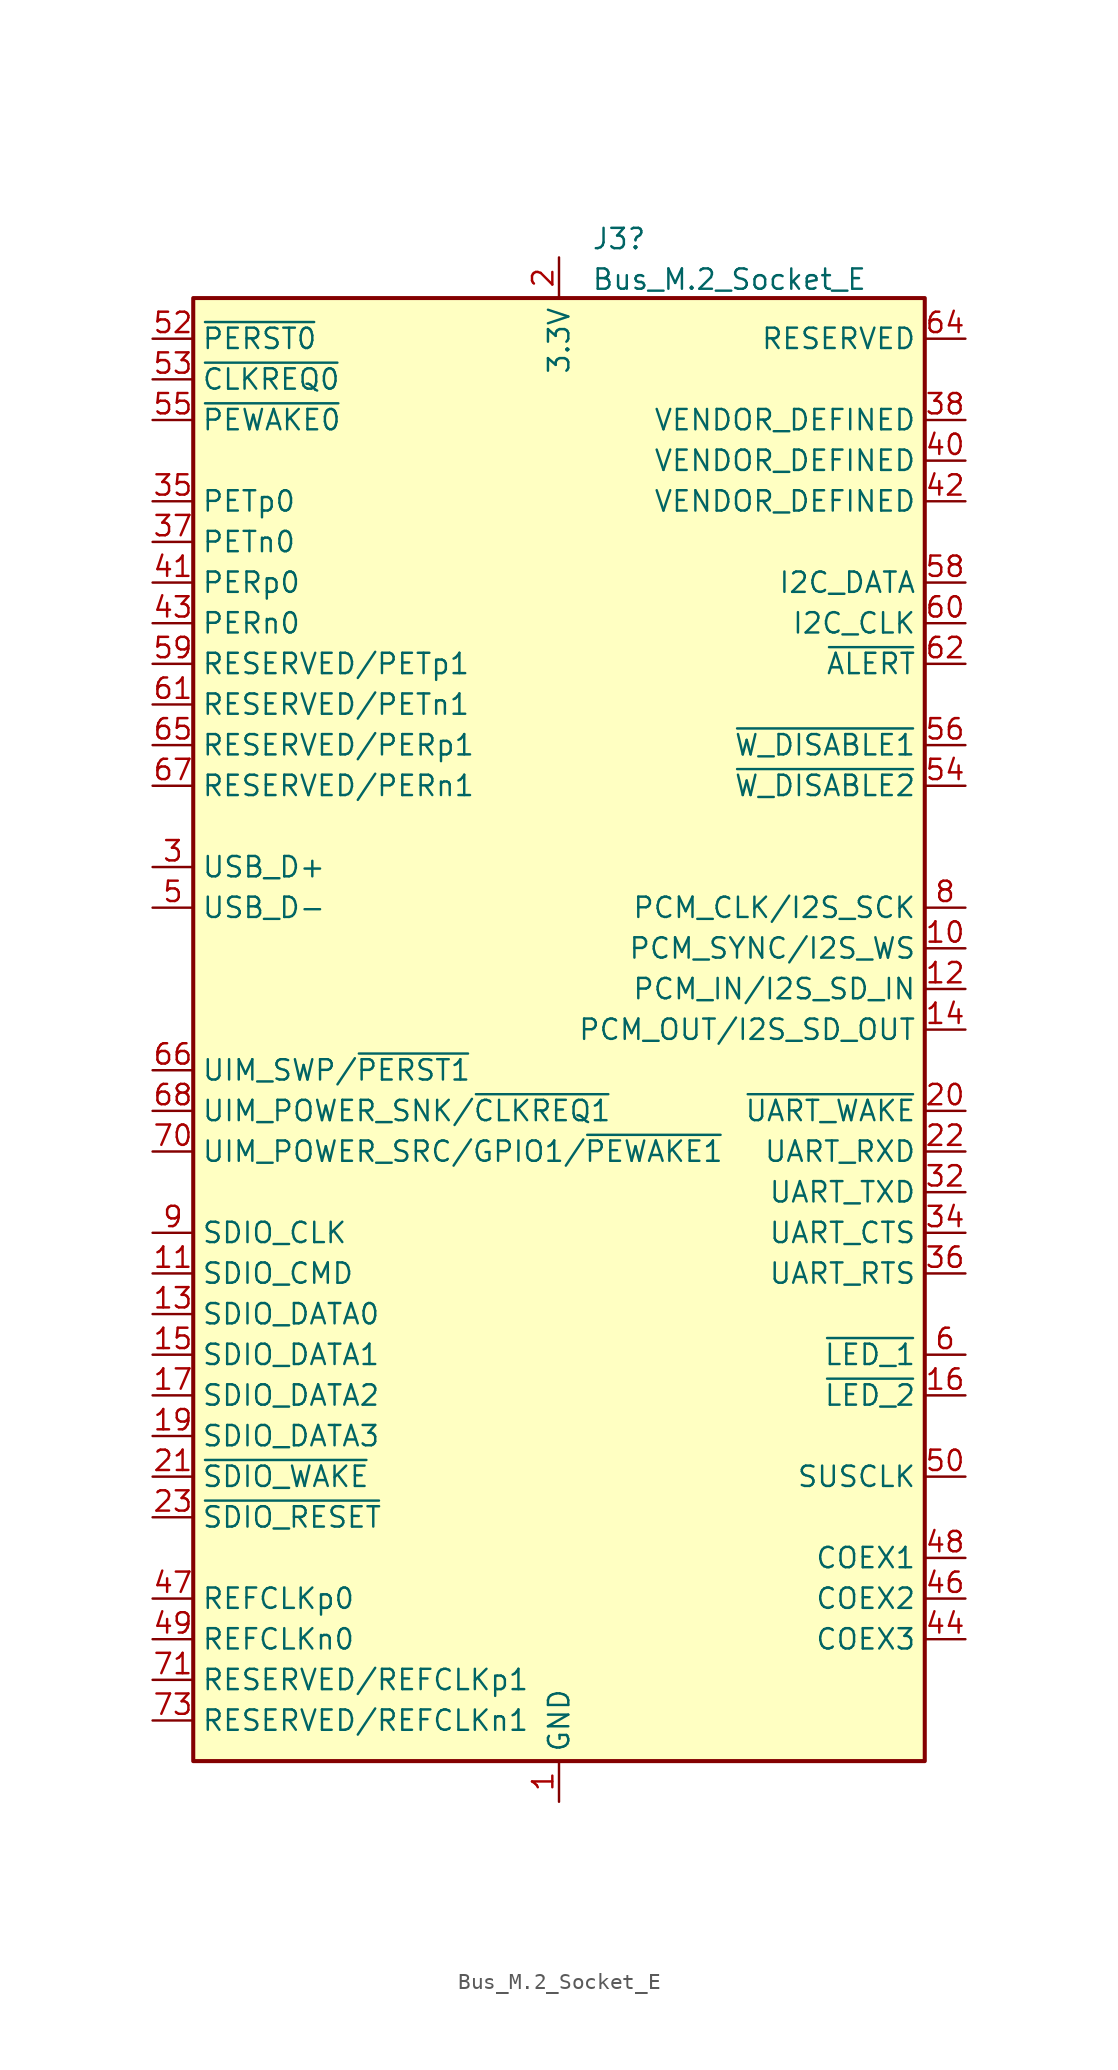
<source format=kicad_sym>
(kicad_symbol_lib
  (version 20220914)
  (generator kicad_symbol_editor)
  (symbol "Bus_M.2_Socket_E"
    (property "Reference" "J3"
      (at 2.019 49.42 0)
      (effects (font (size 1.27 1.27)) (justify left)))
    (property "Value" "Bus_M.2_Socket_E"
      (at 2.019 46.883 0)
      (effects (font (size 1.27 1.27)) (justify left)))
    (symbol "Bus_M.2_Socket_E_0_1"
      (rectangle (start -22.86 45.72) (end 22.86 -45.72) (stroke (width 0.254) (type default)) (fill (type background))))
    (symbol "Bus_M.2_Socket_E_1_1"
      (pin power_in line (at 0 -48.26 90) (length 2.54) (name "GND" (effects (font (size 1.27 1.27)))) (number "1" (effects (font (size 1.27 1.27)))))
      (pin bidirectional line (at 25.4 5.08 180) (length 2.54) (name "PCM_SYNC/I2S_WS" (effects (font (size 1.27 1.27)))) (number "10" (effects (font (size 1.27 1.27)))))
      (pin bidirectional line (at -25.4 -15.24 0) (length 2.54) (name "SDIO_CMD" (effects (font (size 1.27 1.27)))) (number "11" (effects (font (size 1.27 1.27)))))
      (pin input line (at 25.4 2.54 180) (length 2.54) (name "PCM_IN/I2S_SD_IN" (effects (font (size 1.27 1.27)))) (number "12" (effects (font (size 1.27 1.27)))))
      (pin bidirectional line (at -25.4 -17.78 0) (length 2.54) (name "SDIO_DATA0" (effects (font (size 1.27 1.27)))) (number "13" (effects (font (size 1.27 1.27)))))
      (pin output line (at 25.4 0 180) (length 2.54) (name "PCM_OUT/I2S_SD_OUT" (effects (font (size 1.27 1.27)))) (number "14" (effects (font (size 1.27 1.27)))))
      (pin bidirectional line (at -25.4 -20.32 0) (length 2.54) (name "SDIO_DATA1" (effects (font (size 1.27 1.27)))) (number "15" (effects (font (size 1.27 1.27)))))
      (pin open_collector line (at 25.4 -22.86 180) (length 2.54) (name "~{LED_2}" (effects (font (size 1.27 1.27)))) (number "16" (effects (font (size 1.27 1.27)))))
      (pin bidirectional line (at -25.4 -22.86 0) (length 2.54) (name "SDIO_DATA2" (effects (font (size 1.27 1.27)))) (number "17" (effects (font (size 1.27 1.27)))))
      (pin passive line (at 0 -48.26 90) (length 2.54) hide (name "GND" (effects (font (size 1.27 1.27)))) (number "18" (effects (font (size 1.27 1.27)))))
      (pin bidirectional line (at -25.4 -25.4 0) (length 2.54) (name "SDIO_DATA3" (effects (font (size 1.27 1.27)))) (number "19" (effects (font (size 1.27 1.27)))))
      (pin power_in line (at 0 48.26 270) (length 2.54) (name "3.3V" (effects (font (size 1.27 1.27)))) (number "2" (effects (font (size 1.27 1.27)))))
      (pin input line (at 25.4 -5.08 180) (length 2.54) (name "~{UART_WAKE}" (effects (font (size 1.27 1.27)))) (number "20" (effects (font (size 1.27 1.27)))))
      (pin input line (at -25.4 -27.94 0) (length 2.54) (name "~{SDIO_WAKE}" (effects (font (size 1.27 1.27)))) (number "21" (effects (font (size 1.27 1.27)))))
      (pin input line (at 25.4 -7.62 180) (length 2.54) (name "UART_RXD" (effects (font (size 1.27 1.27)))) (number "22" (effects (font (size 1.27 1.27)))))
      (pin output line (at -25.4 -30.48 0) (length 2.54) (name "~{SDIO_RESET}" (effects (font (size 1.27 1.27)))) (number "23" (effects (font (size 1.27 1.27)))))
      (pin bidirectional line (at -25.4 10.16 0) (length 2.54) (name "USB_D+" (effects (font (size 1.27 1.27)))) (number "3" (effects (font (size 1.27 1.27)))))
      (pin output line (at 25.4 -10.16 180) (length 2.54) (name "UART_TXD" (effects (font (size 1.27 1.27)))) (number "32" (effects (font (size 1.27 1.27)))))
      (pin passive line (at 0 -48.26 90) (length 2.54) hide (name "GND" (effects (font (size 1.27 1.27)))) (number "33" (effects (font (size 1.27 1.27)))))
      (pin input line (at 25.4 -12.7 180) (length 2.54) (name "UART_CTS" (effects (font (size 1.27 1.27)))) (number "34" (effects (font (size 1.27 1.27)))))
      (pin output line (at -25.4 33.02 0) (length 2.54) (name "PETp0" (effects (font (size 1.27 1.27)))) (number "35" (effects (font (size 1.27 1.27)))))
      (pin output line (at 25.4 -15.24 180) (length 2.54) (name "UART_RTS" (effects (font (size 1.27 1.27)))) (number "36" (effects (font (size 1.27 1.27)))))
      (pin output line (at -25.4 30.48 0) (length 2.54) (name "PETn0" (effects (font (size 1.27 1.27)))) (number "37" (effects (font (size 1.27 1.27)))))
      (pin passive line (at 25.4 38.1 180) (length 2.54) (name "VENDOR_DEFINED" (effects (font (size 1.27 1.27)))) (number "38" (effects (font (size 1.27 1.27)))))
      (pin passive line (at 0 -48.26 90) (length 2.54) hide (name "GND" (effects (font (size 1.27 1.27)))) (number "39" (effects (font (size 1.27 1.27)))))
      (pin passive line (at 0 48.26 270) (length 2.54) hide (name "3.3V" (effects (font (size 1.27 1.27)))) (number "4" (effects (font (size 1.27 1.27)))))
      (pin passive line (at 25.4 35.56 180) (length 2.54) (name "VENDOR_DEFINED" (effects (font (size 1.27 1.27)))) (number "40" (effects (font (size 1.27 1.27)))))
      (pin input line (at -25.4 27.94 0) (length 2.54) (name "PERp0" (effects (font (size 1.27 1.27)))) (number "41" (effects (font (size 1.27 1.27)))))
      (pin passive line (at 25.4 33.02 180) (length 2.54) (name "VENDOR_DEFINED" (effects (font (size 1.27 1.27)))) (number "42" (effects (font (size 1.27 1.27)))))
      (pin input line (at -25.4 25.4 0) (length 2.54) (name "PERn0" (effects (font (size 1.27 1.27)))) (number "43" (effects (font (size 1.27 1.27)))))
      (pin bidirectional line (at 25.4 -38.1 180) (length 2.54) (name "COEX3" (effects (font (size 1.27 1.27)))) (number "44" (effects (font (size 1.27 1.27)))))
      (pin passive line (at 0 -48.26 90) (length 2.54) hide (name "GND" (effects (font (size 1.27 1.27)))) (number "45" (effects (font (size 1.27 1.27)))))
      (pin bidirectional line (at 25.4 -35.56 180) (length 2.54) (name "COEX2" (effects (font (size 1.27 1.27)))) (number "46" (effects (font (size 1.27 1.27)))))
      (pin output line (at -25.4 -35.56 0) (length 2.54) (name "REFCLKp0" (effects (font (size 1.27 1.27)))) (number "47" (effects (font (size 1.27 1.27)))))
      (pin bidirectional line (at 25.4 -33.02 180) (length 2.54) (name "COEX1" (effects (font (size 1.27 1.27)))) (number "48" (effects (font (size 1.27 1.27)))))
      (pin output line (at -25.4 -38.1 0) (length 2.54) (name "REFCLKn0" (effects (font (size 1.27 1.27)))) (number "49" (effects (font (size 1.27 1.27)))))
      (pin bidirectional line (at -25.4 7.62 0) (length 2.54) (name "USB_D-" (effects (font (size 1.27 1.27)))) (number "5" (effects (font (size 1.27 1.27)))))
      (pin output line (at 25.4 -27.94 180) (length 2.54) (name "SUSCLK" (effects (font (size 1.27 1.27)))) (number "50" (effects (font (size 1.27 1.27)))))
      (pin passive line (at 0 -48.26 90) (length 2.54) hide (name "GND" (effects (font (size 1.27 1.27)))) (number "51" (effects (font (size 1.27 1.27)))))
      (pin output line (at -25.4 43.18 0) (length 2.54) (name "~{PERST0}" (effects (font (size 1.27 1.27)))) (number "52" (effects (font (size 1.27 1.27)))))
      (pin bidirectional line (at -25.4 40.64 0) (length 2.54) (name "~{CLKREQ0}" (effects (font (size 1.27 1.27)))) (number "53" (effects (font (size 1.27 1.27)))))
      (pin output line (at 25.4 15.24 180) (length 2.54) (name "~{W_DISABLE2}" (effects (font (size 1.27 1.27)))) (number "54" (effects (font (size 1.27 1.27)))))
      (pin bidirectional line (at -25.4 38.1 0) (length 2.54) (name "~{PEWAKE0}" (effects (font (size 1.27 1.27)))) (number "55" (effects (font (size 1.27 1.27)))))
      (pin output line (at 25.4 17.78 180) (length 2.54) (name "~{W_DISABLE1}" (effects (font (size 1.27 1.27)))) (number "56" (effects (font (size 1.27 1.27)))))
      (pin passive line (at 0 -48.26 90) (length 2.54) hide (name "GND" (effects (font (size 1.27 1.27)))) (number "57" (effects (font (size 1.27 1.27)))))
      (pin bidirectional line (at 25.4 27.94 180) (length 2.54) (name "I2C_DATA" (effects (font (size 1.27 1.27)))) (number "58" (effects (font (size 1.27 1.27)))))
      (pin output line (at -25.4 22.86 0) (length 2.54) (name "RESERVED/PETp1" (effects (font (size 1.27 1.27)))) (number "59" (effects (font (size 1.27 1.27)))))
      (pin open_collector line (at 25.4 -20.32 180) (length 2.54) (name "~{LED_1}" (effects (font (size 1.27 1.27)))) (number "6" (effects (font (size 1.27 1.27)))))
      (pin output line (at 25.4 25.4 180) (length 2.54) (name "I2C_CLK" (effects (font (size 1.27 1.27)))) (number "60" (effects (font (size 1.27 1.27)))))
      (pin output line (at -25.4 20.32 0) (length 2.54) (name "RESERVED/PETn1" (effects (font (size 1.27 1.27)))) (number "61" (effects (font (size 1.27 1.27)))))
      (pin input line (at 25.4 22.86 180) (length 2.54) (name "~{ALERT}" (effects (font (size 1.27 1.27)))) (number "62" (effects (font (size 1.27 1.27)))))
      (pin passive line (at 0 -48.26 90) (length 2.54) hide (name "GND" (effects (font (size 1.27 1.27)))) (number "63" (effects (font (size 1.27 1.27)))))
      (pin passive line (at 25.4 43.18 180) (length 2.54) (name "RESERVED" (effects (font (size 1.27 1.27)))) (number "64" (effects (font (size 1.27 1.27)))))
      (pin input line (at -25.4 17.78 0) (length 2.54) (name "RESERVED/PERp1" (effects (font (size 1.27 1.27)))) (number "65" (effects (font (size 1.27 1.27)))))
      (pin output line (at -25.4 -2.54 0) (length 2.54) (name "UIM_SWP/~{PERST1}" (effects (font (size 1.27 1.27)))) (number "66" (effects (font (size 1.27 1.27)))))
      (pin input line (at -25.4 15.24 0) (length 2.54) (name "RESERVED/PERn1" (effects (font (size 1.27 1.27)))) (number "67" (effects (font (size 1.27 1.27)))))
      (pin bidirectional line (at -25.4 -5.08 0) (length 2.54) (name "UIM_POWER_SNK/~{CLKREQ1}" (effects (font (size 1.27 1.27)))) (number "68" (effects (font (size 1.27 1.27)))))
      (pin passive line (at 0 -48.26 90) (length 2.54) hide (name "GND" (effects (font (size 1.27 1.27)))) (number "69" (effects (font (size 1.27 1.27)))))
      (pin passive line (at 0 -48.26 90) (length 2.54) hide (name "GND" (effects (font (size 1.27 1.27)))) (number "7" (effects (font (size 1.27 1.27)))))
      (pin bidirectional line (at -25.4 -7.62 0) (length 2.54) (name "UIM_POWER_SRC/GPIO1/~{PEWAKE1}" (effects (font (size 1.27 1.27)))) (number "70" (effects (font (size 1.27 1.27)))))
      (pin output line (at -25.4 -40.64 0) (length 2.54) (name "RESERVED/REFCLKp1" (effects (font (size 1.27 1.27)))) (number "71" (effects (font (size 1.27 1.27)))))
      (pin passive line (at 0 48.26 270) (length 2.54) hide (name "3.3V" (effects (font (size 1.27 1.27)))) (number "72" (effects (font (size 1.27 1.27)))))
      (pin output line (at -25.4 -43.18 0) (length 2.54) (name "RESERVED/REFCLKn1" (effects (font (size 1.27 1.27)))) (number "73" (effects (font (size 1.27 1.27)))))
      (pin passive line (at 0 48.26 270) (length 2.54) hide (name "3.3V" (effects (font (size 1.27 1.27)))) (number "74" (effects (font (size 1.27 1.27)))))
      (pin passive line (at 0 -48.26 90) (length 2.54) hide (name "GND" (effects (font (size 1.27 1.27)))) (number "75" (effects (font (size 1.27 1.27)))))
      (pin bidirectional line (at 25.4 7.62 180) (length 2.54) (name "PCM_CLK/I2S_SCK" (effects (font (size 1.27 1.27)))) (number "8" (effects (font (size 1.27 1.27)))))
      (pin output line (at -25.4 -12.7 0) (length 2.54) (name "SDIO_CLK" (effects (font (size 1.27 1.27)))) (number "9" (effects (font (size 1.27 1.27))))))))
</source>
